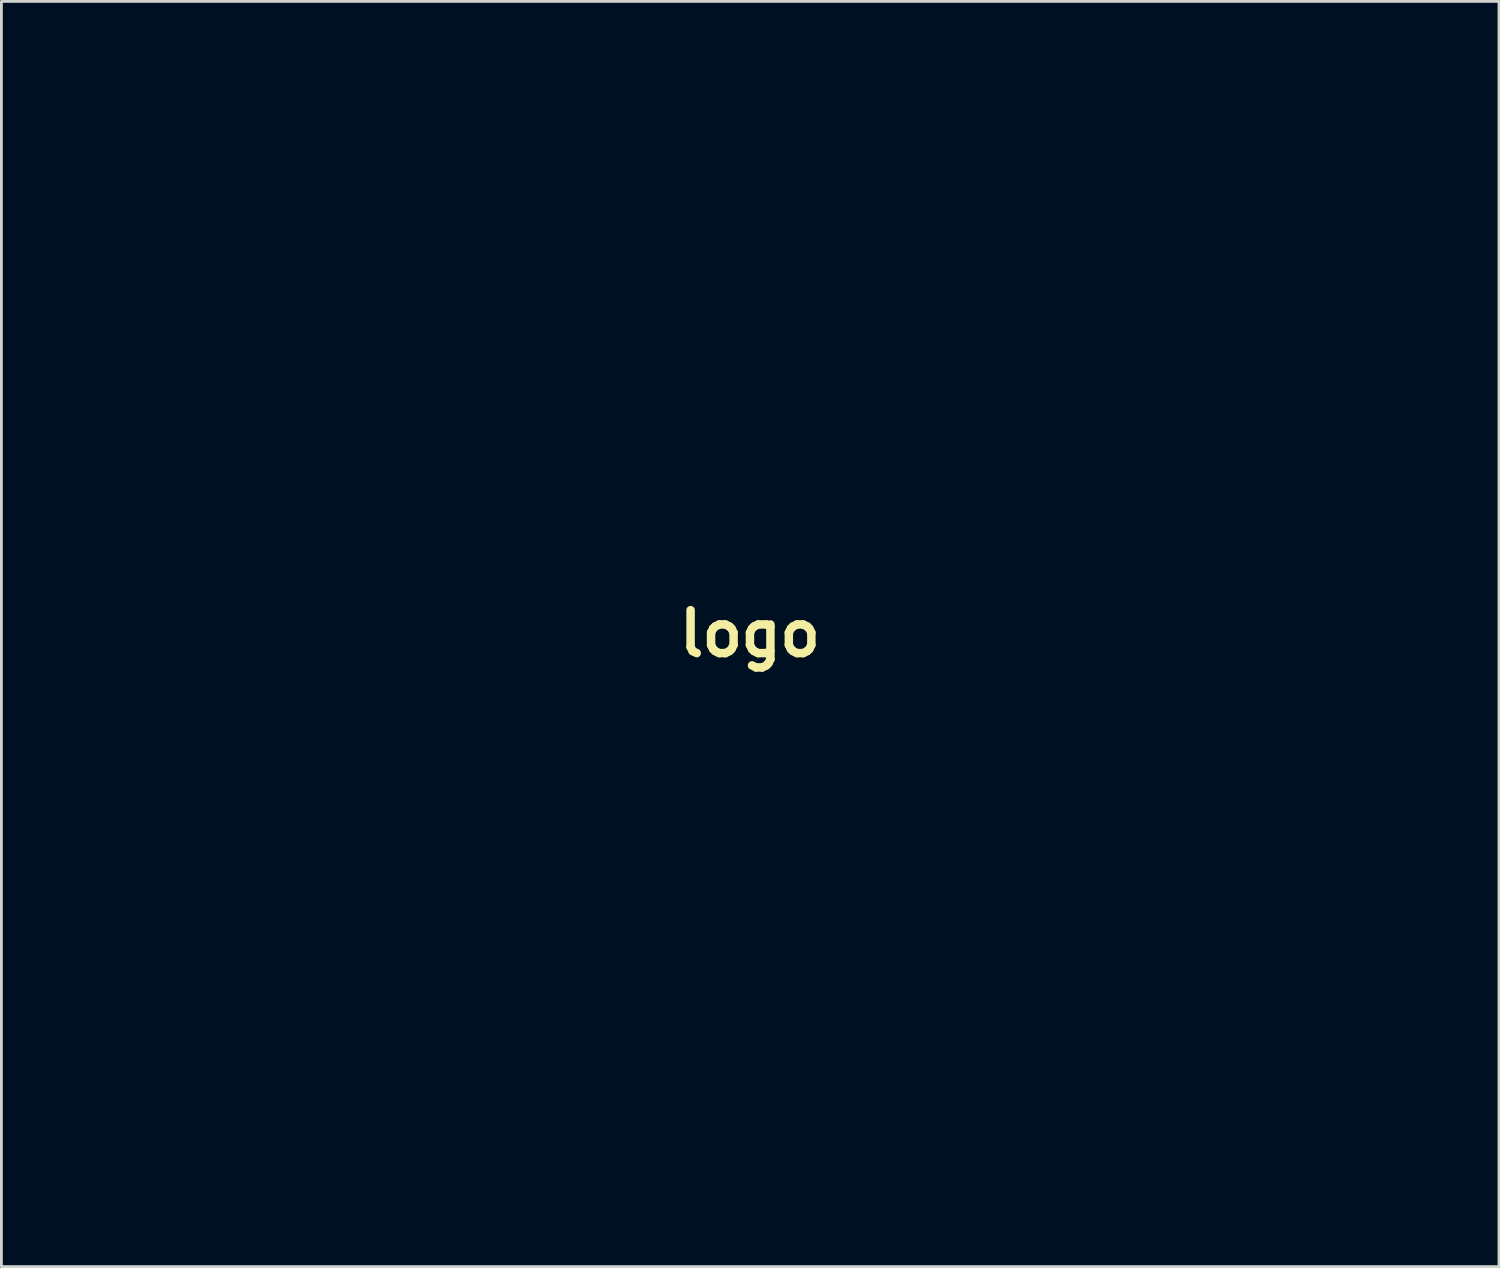
<source format=kicad_pcb>
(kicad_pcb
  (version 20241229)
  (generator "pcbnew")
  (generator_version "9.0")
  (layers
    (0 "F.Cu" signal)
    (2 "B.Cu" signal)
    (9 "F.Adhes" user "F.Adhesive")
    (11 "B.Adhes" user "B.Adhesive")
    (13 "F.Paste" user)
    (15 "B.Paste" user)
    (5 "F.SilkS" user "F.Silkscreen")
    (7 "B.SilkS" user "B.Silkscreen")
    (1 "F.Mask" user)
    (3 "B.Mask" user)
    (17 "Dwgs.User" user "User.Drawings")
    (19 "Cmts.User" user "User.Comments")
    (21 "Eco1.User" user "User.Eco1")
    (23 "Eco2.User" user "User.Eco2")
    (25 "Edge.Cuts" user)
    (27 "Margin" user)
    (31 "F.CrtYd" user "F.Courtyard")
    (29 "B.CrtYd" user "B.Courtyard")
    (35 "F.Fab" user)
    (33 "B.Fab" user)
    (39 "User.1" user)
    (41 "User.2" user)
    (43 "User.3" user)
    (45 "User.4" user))
  (footprint "logo"
    (layer "F.Cu")
    (at 23.542 19.419)
    (property "Reference" "logo" (at 0 0 0) (layer "F.SilkS") (effects (font (size 1.524 1.524) (thickness 0.3))))
    (attr through_hole)
    (fp_poly (pts (xy -22.454 14.326) (xy -18.694 14.326) (xy -18.694 11.295) (xy -17.628 11.295) (xy -17.628 19.169) (xy -18.694 19.169) (xy -18.694 15.392) (xy -22.454 15.392) (xy -22.454 19.169) (xy -23.537 19.169) (xy -23.537 11.295) (xy -22.454 11.295) (xy -22.454 14.326)) (stroke (width 0.01) (type solid)) (fill no) (layer "Eco2.User"))
    (fp_poly (pts (xy 18.728 14.326) (xy 22.487 14.326) (xy 22.487 11.295) (xy 23.554 11.295) (xy 23.554 19.169) (xy 22.487 19.169) (xy 22.487 15.392) (xy 18.728 15.392) (xy 18.728 19.169) (xy 17.645 19.169) (xy 17.645 11.295) (xy 18.728 11.295) (xy 18.728 14.326)) (stroke (width 0.01) (type solid)) (fill no) (layer "Eco2.User"))
    (fp_poly (pts (xy 4.906 11.299) (xy 5.138 11.3) (xy 5.338 11.302) (xy 5.511 11.303) (xy 5.659 11.305) (xy 5.785 11.308) (xy 5.893 11.311) (xy 5.986 11.316) (xy 6.066 11.322) (xy 6.137 11.329) (xy 6.202 11.338) (xy 6.264 11.349) (xy 6.325 11.361) (xy 6.39 11.377) (xy 6.461 11.394) (xy 6.505 11.405) (xy 6.783 11.49) (xy 7.046 11.599) (xy 7.293 11.731) (xy 7.519 11.884) (xy 7.724 12.055) (xy 7.905 12.243) (xy 8.058 12.446) (xy 8.183 12.662) (xy 8.189 12.675) (xy 8.277 12.897) (xy 8.338 13.133) (xy 8.371 13.379) (xy 8.376 13.63) (xy 8.353 13.88) (xy 8.302 14.123) (xy 8.261 14.255) (xy 8.159 14.493) (xy 8.028 14.719) (xy 7.87 14.928) (xy 7.689 15.117) (xy 7.488 15.281) (xy 7.454 15.305) (xy 7.259 15.424) (xy 7.038 15.535) (xy 6.798 15.636) (xy 6.544 15.721) (xy 6.394 15.764) (xy 6.331 15.781) (xy 6.282 15.795) (xy 6.256 15.804) (xy 6.253 15.805) (xy 6.262 15.82) (xy 6.288 15.861) (xy 6.331 15.926) (xy 6.39 16.014) (xy 6.463 16.123) (xy 6.55 16.252) (xy 6.648 16.398) (xy 6.758 16.56) (xy 6.877 16.737) (xy 7.005 16.926) (xy 7.14 17.125) (xy 7.282 17.334) (xy 7.382 17.48) (xy 7.527 17.694) (xy 7.667 17.9) (xy 7.801 18.097) (xy 7.927 18.282) (xy 8.043 18.454) (xy 8.15 18.612) (xy 8.246 18.753) (xy 8.329 18.876) (xy 8.398 18.979) (xy 8.453 19.06) (xy 8.492 19.118) (xy 8.513 19.151) (xy 8.517 19.159) (xy 8.501 19.161) (xy 8.455 19.163) (xy 8.382 19.165) (xy 8.287 19.166) (xy 8.173 19.167) (xy 8.043 19.168) (xy 7.904 19.168) (xy 7.29 19.167) (xy 6.2 17.551) (xy 5.11 15.934) (xy 4.877 15.934) (xy 4.877 19.169) (xy 3.793 19.169) (xy 3.793 14.986) (xy 4.877 14.986) (xy 5.101 14.986) (xy 5.209 14.984) (xy 5.329 14.98) (xy 5.443 14.974) (xy 5.52 14.968) (xy 5.819 14.932) (xy 6.088 14.879) (xy 6.328 14.81) (xy 6.54 14.723) (xy 6.724 14.62) (xy 6.88 14.5) (xy 7.008 14.361) (xy 7.11 14.205) (xy 7.185 14.031) (xy 7.209 13.953) (xy 7.225 13.868) (xy 7.235 13.76) (xy 7.239 13.638) (xy 7.238 13.514) (xy 7.23 13.398) (xy 7.217 13.299) (xy 7.208 13.259) (xy 7.144 13.077) (xy 7.052 12.909) (xy 6.938 12.76) (xy 6.803 12.635) (xy 6.784 12.621) (xy 6.67 12.544) (xy 6.547 12.477) (xy 6.414 12.421) (xy 6.267 12.374) (xy 6.102 12.335) (xy 5.917 12.304) (xy 5.708 12.28) (xy 5.472 12.262) (xy 5.206 12.249) (xy 5.202 12.249) (xy 4.877 12.238) (xy 4.877 14.986) (xy 3.793 14.986) (xy 3.793 11.293) (xy 4.906 11.299)) (stroke (width 0.01) (type solid)) (fill no) (layer "Eco2.User"))
    (fp_poly (pts (xy 14.263 11.046) (xy 14.437 11.057) (xy 14.512 11.065) (xy 14.949 11.131) (xy 15.385 11.229) (xy 15.822 11.36) (xy 16.135 11.474) (xy 16.341 11.553) (xy 16.341 12.161) (xy 16.34 12.346) (xy 16.339 12.498) (xy 16.336 12.616) (xy 16.333 12.701) (xy 16.329 12.751) (xy 16.323 12.768) (xy 16.3 12.761) (xy 16.257 12.742) (xy 16.208 12.719) (xy 15.984 12.614) (xy 15.735 12.513) (xy 15.47 12.42) (xy 15.2 12.337) (xy 14.933 12.267) (xy 14.679 12.214) (xy 14.641 12.207) (xy 14.52 12.19) (xy 14.374 12.177) (xy 14.214 12.167) (xy 14.048 12.161) (xy 13.886 12.16) (xy 13.736 12.163) (xy 13.609 12.171) (xy 13.582 12.173) (xy 13.248 12.225) (xy 12.931 12.305) (xy 12.629 12.415) (xy 12.342 12.555) (xy 12.067 12.727) (xy 11.803 12.929) (xy 11.671 13.046) (xy 11.454 13.27) (xy 11.264 13.513) (xy 11.103 13.772) (xy 10.97 14.046) (xy 10.866 14.333) (xy 10.792 14.631) (xy 10.749 14.938) (xy 10.736 15.252) (xy 10.755 15.572) (xy 10.807 15.895) (xy 10.811 15.916) (xy 10.885 16.183) (xy 10.989 16.448) (xy 11.122 16.705) (xy 11.28 16.951) (xy 11.46 17.18) (xy 11.659 17.387) (xy 11.734 17.455) (xy 11.995 17.661) (xy 12.268 17.837) (xy 12.553 17.984) (xy 12.854 18.101) (xy 13.17 18.191) (xy 13.505 18.253) (xy 13.846 18.288) (xy 14.171 18.295) (xy 14.494 18.273) (xy 14.818 18.223) (xy 15.145 18.144) (xy 15.478 18.034) (xy 15.819 17.894) (xy 16.098 17.761) (xy 16.178 17.72) (xy 16.247 17.686) (xy 16.299 17.661) (xy 16.329 17.647) (xy 16.334 17.645) (xy 16.336 17.661) (xy 16.337 17.707) (xy 16.338 17.78) (xy 16.339 17.875) (xy 16.34 17.989) (xy 16.341 18.118) (xy 16.341 18.254) (xy 16.341 18.863) (xy 16.3 18.89) (xy 16.246 18.92) (xy 16.167 18.958) (xy 16.069 19.003) (xy 15.957 19.05) (xy 15.839 19.097) (xy 15.72 19.142) (xy 15.608 19.182) (xy 15.57 19.195) (xy 15.224 19.294) (xy 14.86 19.368) (xy 14.487 19.416) (xy 14.11 19.439) (xy 13.738 19.434) (xy 13.559 19.422) (xy 13.181 19.372) (xy 12.81 19.29) (xy 12.45 19.179) (xy 12.102 19.038) (xy 11.77 18.868) (xy 11.456 18.671) (xy 11.348 18.594) (xy 11.046 18.351) (xy 10.769 18.09) (xy 10.519 17.813) (xy 10.296 17.52) (xy 10.103 17.215) (xy 9.939 16.897) (xy 9.805 16.57) (xy 9.704 16.233) (xy 9.669 16.078) (xy 9.616 15.753) (xy 9.589 15.415) (xy 9.586 15.073) (xy 9.608 14.737) (xy 9.652 14.425) (xy 9.733 14.079) (xy 9.843 13.748) (xy 9.983 13.43) (xy 10.154 13.124) (xy 10.356 12.829) (xy 10.59 12.544) (xy 10.823 12.301) (xy 11.053 12.087) (xy 11.279 11.901) (xy 11.51 11.737) (xy 11.751 11.591) (xy 11.98 11.471) (xy 12.203 11.369) (xy 12.418 11.284) (xy 12.636 11.214) (xy 12.867 11.154) (xy 13.12 11.103) (xy 13.155 11.097) (xy 13.305 11.075) (xy 13.48 11.059) (xy 13.672 11.048) (xy 13.872 11.042) (xy 14.072 11.041) (xy 14.263 11.046)) (stroke (width 0.01) (type solid)) (fill no) (layer "Eco2.User"))
    (fp_poly (pts (xy 2.157 -19.368) (xy 2.402 -19.284) (xy 2.629 -19.172) (xy 2.837 -19.035) (xy 3.023 -18.874) (xy 3.186 -18.691) (xy 3.325 -18.489) (xy 3.437 -18.269) (xy 3.52 -18.033) (xy 3.572 -17.797) (xy 3.575 -17.765) (xy 3.578 -17.714) (xy 3.581 -17.643) (xy 3.583 -17.55) (xy 3.585 -17.434) (xy 3.586 -17.293) (xy 3.587 -17.127) (xy 3.588 -16.934) (xy 3.588 -16.713) (xy 3.588 -16.462) (xy 3.588 -16.18) (xy 3.587 -15.866) (xy 3.587 -15.756) (xy 3.581 -13.843) (xy 3.534 -13.674) (xy 3.449 -13.429) (xy 3.336 -13.203) (xy 3.196 -12.996) (xy 3.071 -12.852) (xy 2.884 -12.679) (xy 2.684 -12.535) (xy 2.467 -12.419) (xy 2.23 -12.33) (xy 2.048 -12.282) (xy 2.026 -12.278) (xy 1.999 -12.274) (xy 1.966 -12.27) (xy 1.925 -12.267) (xy 1.873 -12.264) (xy 1.81 -12.262) (xy 1.733 -12.26) (xy 1.639 -12.258) (xy 1.528 -12.256) (xy 1.396 -12.255) (xy 1.242 -12.254) (xy 1.065 -12.253) (xy 0.861 -12.253) (xy 0.629 -12.252) (xy 0.368 -12.251) (xy 0.085 -12.251) (xy -0.163 -12.25) (xy -0.403 -12.25) (xy -0.631 -12.25) (xy -0.846 -12.25) (xy -1.046 -12.25) (xy -1.228 -12.251) (xy -1.39 -12.251) (xy -1.53 -12.251) (xy -1.645 -12.252) (xy -1.733 -12.253) (xy -1.792 -12.253) (xy -1.82 -12.254) (xy -1.82 -12.254) (xy -2.075 -12.295) (xy -2.316 -12.366) (xy -2.544 -12.466) (xy -2.754 -12.593) (xy -2.946 -12.745) (xy -3.118 -12.921) (xy -3.266 -13.118) (xy -3.39 -13.335) (xy -3.486 -13.571) (xy -3.519 -13.679) (xy -3.564 -13.843) (xy -3.564 -16.82) (xy -2.369 -16.82) (xy -2.369 -16.618) (xy -2.368 -16.389) (xy -2.368 -16.13) (xy -2.367 -15.84) (xy -2.367 -15.797) (xy -2.362 -13.978) (xy -2.308 -13.864) (xy -2.227 -13.732) (xy -2.122 -13.622) (xy -1.994 -13.537) (xy -1.871 -13.486) (xy -1.854 -13.482) (xy -1.823 -13.479) (xy -1.778 -13.476) (xy -1.717 -13.474) (xy -1.638 -13.472) (xy -1.54 -13.47) (xy -1.42 -13.469) (xy -1.278 -13.468) (xy -1.111 -13.467) (xy -0.918 -13.467) (xy -0.697 -13.466) (xy -0.447 -13.467) (xy -0.166 -13.467) (xy 0.034 -13.467) (xy 1.871 -13.47) (xy 1.985 -13.525) (xy 2.115 -13.604) (xy 2.225 -13.71) (xy 2.311 -13.836) (xy 2.325 -13.864) (xy 2.379 -13.978) (xy 2.384 -15.797) (xy 2.384 -16.092) (xy 2.385 -16.355) (xy 2.386 -16.589) (xy 2.386 -16.794) (xy 2.386 -16.973) (xy 2.385 -17.128) (xy 2.384 -17.262) (xy 2.382 -17.375) (xy 2.379 -17.471) (xy 2.376 -17.55) (xy 2.372 -17.615) (xy 2.366 -17.669) (xy 2.36 -17.712) (xy 2.352 -17.747) (xy 2.344 -17.776) (xy 2.334 -17.801) (xy 2.322 -17.824) (xy 2.309 -17.847) (xy 2.294 -17.872) (xy 2.292 -17.875) (xy 2.227 -17.963) (xy 2.137 -18.048) (xy 2.035 -18.122) (xy 1.968 -18.158) (xy 1.854 -18.212) (xy -1.837 -18.212) (xy -1.951 -18.158) (xy -2.057 -18.096) (xy -2.156 -18.017) (xy -2.237 -17.93) (xy -2.275 -17.875) (xy -2.29 -17.85) (xy -2.303 -17.827) (xy -2.315 -17.805) (xy -2.325 -17.78) (xy -2.334 -17.752) (xy -2.342 -17.717) (xy -2.349 -17.675) (xy -2.354 -17.623) (xy -2.358 -17.56) (xy -2.362 -17.482) (xy -2.365 -17.389) (xy -2.367 -17.279) (xy -2.368 -17.148) (xy -2.369 -16.996) (xy -2.369 -16.82) (xy -3.564 -16.82) (xy -3.564 -17.822) (xy -3.526 -17.964) (xy -3.443 -18.216) (xy -3.333 -18.448) (xy -3.197 -18.658) (xy -3.036 -18.846) (xy -2.851 -19.011) (xy -2.643 -19.151) (xy -2.515 -19.22) (xy -2.419 -19.264) (xy -2.315 -19.307) (xy -2.215 -19.344) (xy -2.142 -19.367) (xy -1.973 -19.414) (xy 1.99 -19.414) (xy 2.157 -19.368)) (stroke (width 0.01) (type solid)) (fill no) (layer "Eco2.User"))
    (fp_poly (pts (xy -11.689 11.046) (xy -11.533 11.052) (xy -11.389 11.06) (xy -11.267 11.071) (xy -11.192 11.081) (xy -10.824 11.155) (xy -10.476 11.253) (xy -10.146 11.378) (xy -9.832 11.53) (xy -9.53 11.71) (xy -9.238 11.92) (xy -8.954 12.162) (xy -8.729 12.38) (xy -8.518 12.609) (xy -8.335 12.834) (xy -8.175 13.063) (xy -8.032 13.302) (xy -7.958 13.444) (xy -7.817 13.765) (xy -7.706 14.095) (xy -7.627 14.436) (xy -7.579 14.788) (xy -7.562 15.154) (xy -7.57 15.443) (xy -7.607 15.826) (xy -7.675 16.194) (xy -7.773 16.547) (xy -7.901 16.885) (xy -8.06 17.211) (xy -8.251 17.523) (xy -8.472 17.822) (xy -8.567 17.936) (xy -8.834 18.22) (xy -9.118 18.475) (xy -9.42 18.701) (xy -9.739 18.898) (xy -10.073 19.066) (xy -10.421 19.203) (xy -10.784 19.309) (xy -11.16 19.385) (xy -11.464 19.422) (xy -11.584 19.43) (xy -11.728 19.435) (xy -11.884 19.437) (xy -12.044 19.435) (xy -12.196 19.431) (xy -12.33 19.424) (xy -12.378 19.421) (xy -12.725 19.374) (xy -13.072 19.297) (xy -13.414 19.19) (xy -13.744 19.057) (xy -13.929 18.967) (xy -14.142 18.85) (xy -14.338 18.728) (xy -14.524 18.595) (xy -14.708 18.446) (xy -14.895 18.276) (xy -15.029 18.145) (xy -15.288 17.866) (xy -15.515 17.576) (xy -15.71 17.276) (xy -15.875 16.964) (xy -16.01 16.636) (xy -16.117 16.293) (xy -16.195 15.933) (xy -16.215 15.807) (xy -16.24 15.585) (xy -16.252 15.344) (xy -16.252 15.223) (xy -15.112 15.223) (xy -15.112 15.357) (xy -15.111 15.463) (xy -15.108 15.548) (xy -15.104 15.619) (xy -15.097 15.682) (xy -15.087 15.744) (xy -15.074 15.811) (xy -15.074 15.813) (xy -14.995 16.124) (xy -14.888 16.417) (xy -14.752 16.693) (xy -14.587 16.951) (xy -14.534 17.023) (xy -14.463 17.109) (xy -14.373 17.209) (xy -14.272 17.314) (xy -14.167 17.418) (xy -14.065 17.512) (xy -13.975 17.589) (xy -13.97 17.593) (xy -13.704 17.784) (xy -13.419 17.946) (xy -13.119 18.08) (xy -12.804 18.184) (xy -12.478 18.257) (xy -12.344 18.278) (xy -12.223 18.29) (xy -12.08 18.298) (xy -11.925 18.302) (xy -11.768 18.302) (xy -11.617 18.298) (xy -11.482 18.29) (xy -11.381 18.278) (xy -11.078 18.22) (xy -10.796 18.138) (xy -10.53 18.03) (xy -10.399 17.965) (xy -10.134 17.806) (xy -9.884 17.621) (xy -9.652 17.414) (xy -9.44 17.188) (xy -9.251 16.946) (xy -9.088 16.69) (xy -8.953 16.425) (xy -8.857 16.174) (xy -8.779 15.884) (xy -8.731 15.584) (xy -8.711 15.279) (xy -8.721 14.973) (xy -8.759 14.671) (xy -8.826 14.376) (xy -8.92 14.094) (xy -9.004 13.903) (xy -9.148 13.646) (xy -9.321 13.4) (xy -9.52 13.167) (xy -9.742 12.953) (xy -9.982 12.759) (xy -10.238 12.589) (xy -10.505 12.447) (xy -10.563 12.42) (xy -10.847 12.313) (xy -11.148 12.231) (xy -11.461 12.175) (xy -11.78 12.146) (xy -12.099 12.145) (xy -12.414 12.171) (xy -12.649 12.21) (xy -12.892 12.273) (xy -13.142 12.361) (xy -13.387 12.47) (xy -13.62 12.595) (xy -13.801 12.713) (xy -13.891 12.783) (xy -13.997 12.873) (xy -14.11 12.978) (xy -14.226 13.091) (xy -14.338 13.207) (xy -14.44 13.318) (xy -14.527 13.421) (xy -14.584 13.496) (xy -14.751 13.763) (xy -14.889 14.047) (xy -14.998 14.347) (xy -15.066 14.612) (xy -15.081 14.684) (xy -15.092 14.747) (xy -15.1 14.807) (xy -15.106 14.872) (xy -15.109 14.947) (xy -15.111 15.04) (xy -15.112 15.157) (xy -15.112 15.223) (xy -16.252 15.223) (xy -16.252 15.092) (xy -16.24 14.842) (xy -16.216 14.603) (xy -16.186 14.412) (xy -16.105 14.072) (xy -15.997 13.747) (xy -15.86 13.436) (xy -15.694 13.137) (xy -15.496 12.849) (xy -15.267 12.568) (xy -15.063 12.351) (xy -14.773 12.082) (xy -14.471 11.844) (xy -14.156 11.637) (xy -13.828 11.461) (xy -13.486 11.316) (xy -13.129 11.201) (xy -12.756 11.115) (xy -12.418 11.064) (xy -12.304 11.054) (xy -12.167 11.048) (xy -12.014 11.044) (xy -11.852 11.044) (xy -11.689 11.046)) (stroke (width 0.01) (type solid)) (fill no) (layer "Eco2.User"))
    (fp_poly (pts (xy -1.86 11.045) (xy -1.703 11.052) (xy -1.568 11.063) (xy -1.543 11.066) (xy -1.165 11.129) (xy -0.802 11.222) (xy -0.454 11.345) (xy -0.118 11.499) (xy 0.204 11.685) (xy 0.514 11.901) (xy 0.813 12.15) (xy 0.983 12.31) (xy 1.174 12.509) (xy 1.342 12.704) (xy 1.495 12.906) (xy 1.58 13.03) (xy 1.663 13.164) (xy 1.749 13.316) (xy 1.831 13.476) (xy 1.907 13.635) (xy 1.969 13.782) (xy 1.998 13.86) (xy 2.096 14.191) (xy 2.165 14.534) (xy 2.204 14.887) (xy 2.215 15.245) (xy 2.196 15.605) (xy 2.149 15.962) (xy 2.072 16.313) (xy 1.967 16.654) (xy 1.92 16.781) (xy 1.779 17.092) (xy 1.606 17.397) (xy 1.403 17.692) (xy 1.172 17.975) (xy 0.914 18.243) (xy 0.888 18.269) (xy 0.6 18.519) (xy 0.297 18.74) (xy -0.021 18.931) (xy -0.355 19.092) (xy -0.706 19.223) (xy -1.074 19.325) (xy -1.458 19.398) (xy -1.46 19.398) (xy -1.522 19.405) (xy -1.611 19.412) (xy -1.719 19.418) (xy -1.84 19.424) (xy -1.968 19.428) (xy -2.096 19.432) (xy -2.219 19.434) (xy -2.329 19.435) (xy -2.421 19.434) (xy -2.487 19.431) (xy -2.506 19.43) (xy -2.549 19.425) (xy -2.615 19.417) (xy -2.692 19.408) (xy -2.726 19.405) (xy -3.084 19.347) (xy -3.437 19.258) (xy -3.782 19.136) (xy -4.118 18.984) (xy -4.441 18.803) (xy -4.749 18.593) (xy -4.86 18.508) (xy -4.982 18.405) (xy -5.114 18.285) (xy -5.249 18.154) (xy -5.378 18.021) (xy -5.494 17.893) (xy -5.575 17.797) (xy -5.797 17.493) (xy -5.988 17.178) (xy -6.147 16.851) (xy -6.276 16.511) (xy -6.374 16.156) (xy -6.443 15.786) (xy -6.445 15.765) (xy -6.462 15.61) (xy -6.472 15.431) (xy -6.476 15.239) (xy -6.474 15.105) (xy -5.345 15.105) (xy -5.343 15.428) (xy -5.309 15.741) (xy -5.243 16.045) (xy -5.145 16.337) (xy -5.016 16.616) (xy -4.855 16.883) (xy -4.665 17.135) (xy -4.561 17.253) (xy -4.322 17.486) (xy -4.064 17.691) (xy -3.787 17.868) (xy -3.494 18.017) (xy -3.184 18.136) (xy -2.86 18.226) (xy -2.522 18.285) (xy -2.506 18.287) (xy -2.45 18.291) (xy -2.368 18.295) (xy -2.267 18.297) (xy -2.153 18.298) (xy -2.035 18.298) (xy -2.007 18.297) (xy -1.869 18.295) (xy -1.758 18.291) (xy -1.667 18.286) (xy -1.588 18.278) (xy -1.516 18.268) (xy -1.449 18.255) (xy -1.147 18.18) (xy -0.862 18.078) (xy -0.593 17.949) (xy -0.336 17.79) (xy -0.088 17.601) (xy 0.152 17.381) (xy 0.204 17.328) (xy 0.42 17.084) (xy 0.603 16.833) (xy 0.755 16.572) (xy 0.875 16.3) (xy 0.966 16.016) (xy 1.027 15.716) (xy 1.059 15.401) (xy 1.061 15.359) (xy 1.06 15.036) (xy 1.026 14.721) (xy 0.961 14.416) (xy 0.864 14.121) (xy 0.738 13.839) (xy 0.581 13.572) (xy 0.529 13.496) (xy 0.447 13.39) (xy 0.347 13.272) (xy 0.235 13.15) (xy 0.119 13.033) (xy 0.008 12.929) (xy -0.067 12.865) (xy -0.336 12.669) (xy -0.619 12.504) (xy -0.917 12.369) (xy -1.228 12.266) (xy -1.552 12.193) (xy -1.889 12.152) (xy -2.172 12.141) (xy -2.51 12.156) (xy -2.834 12.202) (xy -3.145 12.279) (xy -3.442 12.387) (xy -3.726 12.526) (xy -3.997 12.697) (xy -4.256 12.899) (xy -4.396 13.026) (xy -4.624 13.265) (xy -4.82 13.518) (xy -4.986 13.783) (xy -5.12 14.062) (xy -5.223 14.354) (xy -5.296 14.66) (xy -5.337 14.98) (xy -5.345 15.105) (xy -6.474 15.105) (xy -6.474 15.044) (xy -6.466 14.855) (xy -6.452 14.682) (xy -6.437 14.57) (xy -6.367 14.215) (xy -6.267 13.875) (xy -6.136 13.549) (xy -5.975 13.235) (xy -5.782 12.933) (xy -5.558 12.643) (xy -5.302 12.363) (xy -5.283 12.344) (xy -4.991 12.075) (xy -4.686 11.837) (xy -4.368 11.629) (xy -4.036 11.453) (xy -3.69 11.308) (xy -3.331 11.193) (xy -2.956 11.109) (xy -2.665 11.066) (xy -2.531 11.054) (xy -2.375 11.046) (xy -2.205 11.042) (xy -2.03 11.041) (xy -1.86 11.045)) (stroke (width 0.01) (type solid)) (fill no) (layer "Eco2.User"))
    (fp_poly (pts (xy 0.303 0.119) (xy 0.563 0.119) (xy 0.795 0.119) (xy 0.998 0.119) (xy 1.176 0.12) (xy 1.33 0.12) (xy 1.462 0.121) (xy 1.574 0.122) (xy 1.669 0.124) (xy 1.749 0.126) (xy 1.815 0.128) (xy 1.869 0.13) (xy 1.914 0.133) (xy 1.951 0.137) (xy 1.983 0.141) (xy 2.012 0.145) (xy 2.039 0.15) (xy 2.044 0.151) (xy 2.294 0.216) (xy 2.527 0.311) (xy 2.743 0.434) (xy 2.942 0.587) (xy 3.088 0.73) (xy 3.243 0.922) (xy 3.372 1.135) (xy 3.478 1.37) (xy 3.543 1.569) (xy 3.581 1.702) (xy 3.586 3.615) (xy 3.587 3.951) (xy 3.588 4.254) (xy 3.588 4.524) (xy 3.587 4.764) (xy 3.587 4.973) (xy 3.586 5.154) (xy 3.584 5.306) (xy 3.582 5.43) (xy 3.58 5.528) (xy 3.577 5.601) (xy 3.574 5.649) (xy 3.573 5.664) (xy 3.549 5.786) (xy 3.511 5.923) (xy 3.463 6.064) (xy 3.41 6.196) (xy 3.367 6.282) (xy 3.234 6.495) (xy 3.074 6.687) (xy 2.891 6.857) (xy 2.686 7.002) (xy 2.462 7.122) (xy 2.22 7.214) (xy 2.183 7.226) (xy 2.024 7.272) (xy 0.059 7.275) (xy -0.197 7.275) (xy -0.446 7.275) (xy -0.683 7.275) (xy -0.908 7.275) (xy -1.117 7.274) (xy -1.309 7.273) (xy -1.482 7.272) (xy -1.633 7.271) (xy -1.76 7.27) (xy -1.86 7.268) (xy -1.933 7.267) (xy -1.974 7.265) (xy -1.983 7.264) (xy -2.223 7.207) (xy -2.451 7.119) (xy -2.665 7.005) (xy -2.862 6.865) (xy -3.039 6.703) (xy -3.195 6.521) (xy -3.328 6.321) (xy -3.434 6.106) (xy -3.512 5.877) (xy -3.555 5.664) (xy -3.559 5.629) (xy -3.562 5.572) (xy -3.564 5.491) (xy -3.566 5.387) (xy -3.568 5.257) (xy -3.569 5.1) (xy -3.57 4.917) (xy -3.571 4.704) (xy -3.571 4.632) (xy -2.369 4.632) (xy -2.369 4.803) (xy -2.368 4.951) (xy -2.368 5.077) (xy -2.367 5.184) (xy -2.366 5.272) (xy -2.364 5.345) (xy -2.362 5.404) (xy -2.36 5.451) (xy -2.357 5.488) (xy -2.354 5.518) (xy -2.35 5.542) (xy -2.345 5.562) (xy -2.34 5.581) (xy -2.338 5.589) (xy -2.28 5.724) (xy -2.194 5.844) (xy -2.085 5.945) (xy -1.957 6.021) (xy -1.893 6.047) (xy -1.877 6.052) (xy -1.859 6.056) (xy -1.837 6.06) (xy -1.808 6.064) (xy -1.77 6.066) (xy -1.722 6.069) (xy -1.662 6.071) (xy -1.587 6.073) (xy -1.496 6.074) (xy -1.387 6.076) (xy -1.257 6.076) (xy -1.105 6.077) (xy -0.929 6.078) (xy -0.726 6.078) (xy -0.495 6.078) (xy -0.234 6.078) (xy 0.001 6.079) (xy 0.292 6.079) (xy 0.552 6.078) (xy 0.781 6.078) (xy 0.982 6.078) (xy 1.157 6.077) (xy 1.308 6.076) (xy 1.436 6.075) (xy 1.544 6.074) (xy 1.634 6.072) (xy 1.707 6.07) (xy 1.765 6.068) (xy 1.81 6.065) (xy 1.845 6.062) (xy 1.87 6.058) (xy 1.889 6.054) (xy 1.892 6.054) (xy 2.02 5.998) (xy 2.137 5.916) (xy 2.237 5.81) (xy 2.315 5.689) (xy 2.355 5.589) (xy 2.36 5.57) (xy 2.365 5.551) (xy 2.369 5.529) (xy 2.372 5.502) (xy 2.376 5.468) (xy 2.378 5.426) (xy 2.38 5.372) (xy 2.382 5.306) (xy 2.383 5.224) (xy 2.384 5.126) (xy 2.385 5.009) (xy 2.386 4.871) (xy 2.386 4.709) (xy 2.386 4.523) (xy 2.385 4.31) (xy 2.385 4.068) (xy 2.384 3.795) (xy 2.384 3.666) (xy 2.379 1.854) (xy 2.338 1.753) (xy 2.289 1.662) (xy 2.216 1.569) (xy 2.129 1.483) (xy 2.036 1.412) (xy 1.956 1.37) (xy 1.854 1.329) (xy -1.837 1.329) (xy -1.939 1.37) (xy -2.03 1.419) (xy -2.123 1.492) (xy -2.209 1.58) (xy -2.279 1.673) (xy -2.321 1.753) (xy -2.362 1.854) (xy -2.367 3.666) (xy -2.367 3.953) (xy -2.368 4.208) (xy -2.368 4.434) (xy -2.369 4.632) (xy -3.571 4.632) (xy -3.571 4.462) (xy -3.571 4.189) (xy -3.57 3.884) (xy -3.569 3.615) (xy -3.564 1.702) (xy -3.526 1.569) (xy -3.449 1.337) (xy -3.354 1.13) (xy -3.238 0.941) (xy -3.098 0.765) (xy -3.031 0.694) (xy -2.842 0.522) (xy -2.64 0.381) (xy -2.423 0.27) (xy -2.189 0.188) (xy -2 0.145) (xy -1.974 0.141) (xy -1.943 0.137) (xy -1.903 0.134) (xy -1.854 0.131) (xy -1.792 0.128) (xy -1.718 0.126) (xy -1.628 0.124) (xy -1.52 0.123) (xy -1.393 0.121) (xy -1.244 0.121) (xy -1.072 0.12) (xy -0.875 0.119) (xy -0.651 0.119) (xy -0.397 0.119) (xy -0.112 0.119) (xy 0.01 0.119) (xy 0.303 0.119)) (stroke (width 0.01) (type solid)) (fill no) (layer "Eco2.User"))
    (fp_poly (pts (xy -7.486 -5.35) (xy -7.248 -5.29) (xy -7.017 -5.199) (xy -6.827 -5.096) (xy -6.725 -5.025) (xy -6.613 -4.934) (xy -6.502 -4.831) (xy -6.399 -4.725) (xy -6.314 -4.625) (xy -6.302 -4.609) (xy -6.284 -4.581) (xy -6.25 -4.526) (xy -6.203 -4.447) (xy -6.143 -4.346) (xy -6.071 -4.225) (xy -5.99 -4.087) (xy -5.9 -3.934) (xy -5.803 -3.768) (xy -5.701 -3.593) (xy -5.594 -3.41) (xy -5.485 -3.222) (xy -5.374 -3.031) (xy -5.264 -2.84) (xy -5.155 -2.651) (xy -5.048 -2.467) (xy -4.946 -2.29) (xy -4.849 -2.122) (xy -4.76 -1.966) (xy -4.679 -1.825) (xy -4.608 -1.7) (xy -4.548 -1.594) (xy -4.501 -1.51) (xy -4.468 -1.45) (xy -4.454 -1.423) (xy -4.356 -1.193) (xy -4.291 -0.954) (xy -4.256 -0.709) (xy -4.254 -0.462) (xy -4.284 -0.216) (xy -4.339 0) (xy -4.429 0.232) (xy -4.547 0.45) (xy -4.691 0.649) (xy -4.857 0.826) (xy -5.043 0.978) (xy -5.064 0.992) (xy -5.106 1.019) (xy -5.173 1.061) (xy -5.265 1.116) (xy -5.377 1.183) (xy -5.509 1.26) (xy -5.656 1.346) (xy -5.818 1.44) (xy -5.991 1.541) (xy -6.173 1.646) (xy -6.361 1.755) (xy -6.554 1.866) (xy -6.749 1.978) (xy -6.943 2.089) (xy -7.134 2.199) (xy -7.32 2.305) (xy -7.498 2.406) (xy -7.665 2.501) (xy -7.82 2.588) (xy -7.959 2.666) (xy -8.081 2.734) (xy -8.183 2.791) (xy -8.263 2.834) (xy -8.317 2.863) (xy -8.342 2.874) (xy -8.468 2.922) (xy -8.579 2.957) (xy -8.688 2.981) (xy -8.803 2.996) (xy -8.936 3.005) (xy -9.017 3.007) (xy -9.132 3.009) (xy -9.222 3.008) (xy -9.296 3.004) (xy -9.363 2.996) (xy -9.431 2.983) (xy -9.44 2.981) (xy -9.681 2.913) (xy -9.909 2.816) (xy -10.122 2.694) (xy -10.316 2.548) (xy -10.487 2.381) (xy -10.603 2.235) (xy -10.622 2.207) (xy -10.656 2.151) (xy -10.703 2.071) (xy -10.764 1.969) (xy -10.836 1.848) (xy -10.917 1.709) (xy -11.007 1.555) (xy -11.104 1.389) (xy -11.206 1.213) (xy -11.313 1.03) (xy -11.423 0.842) (xy -11.533 0.651) (xy -11.644 0.46) (xy -11.753 0.271) (xy -11.859 0.087) (xy -11.962 -0.09) (xy -12.058 -0.258) (xy -12.147 -0.413) (xy -12.228 -0.554) (xy -12.298 -0.679) (xy -12.358 -0.783) (xy -12.405 -0.866) (xy -12.437 -0.925) (xy -12.449 -0.948) (xy -12.544 -1.168) (xy -12.608 -1.398) (xy -12.642 -1.635) (xy -12.645 -1.823) (xy -11.442 -1.823) (xy -11.436 -1.686) (xy -11.403 -1.557) (xy -11.387 -1.526) (xy -11.357 -1.468) (xy -11.312 -1.387) (xy -11.255 -1.284) (xy -11.186 -1.162) (xy -11.107 -1.023) (xy -11.02 -0.871) (xy -10.925 -0.706) (xy -10.825 -0.531) (xy -10.72 -0.35) (xy -10.613 -0.164) (xy -10.503 0.024) (xy -10.394 0.213) (xy -10.286 0.399) (xy -10.18 0.58) (xy -10.078 0.753) (xy -9.982 0.918) (xy -9.892 1.07) (xy -9.811 1.207) (xy -9.738 1.328) (xy -9.677 1.429) (xy -9.628 1.509) (xy -9.593 1.565) (xy -9.573 1.594) (xy -9.571 1.597) (xy -9.456 1.693) (xy -9.325 1.761) (xy -9.184 1.8) (xy -9.038 1.81) (xy -8.892 1.789) (xy -8.839 1.772) (xy -8.806 1.757) (xy -8.746 1.726) (xy -8.662 1.681) (xy -8.556 1.623) (xy -8.431 1.553) (xy -8.289 1.474) (xy -8.133 1.385) (xy -7.965 1.29) (xy -7.788 1.189) (xy -7.604 1.083) (xy -7.416 0.975) (xy -7.225 0.865) (xy -7.035 0.754) (xy -6.848 0.646) (xy -6.667 0.539) (xy -6.493 0.437) (xy -6.329 0.341) (xy -6.178 0.252) (xy -6.043 0.171) (xy -5.925 0.1) (xy -5.827 0.04) (xy -5.752 -0.007) (xy -5.701 -0.04) (xy -5.681 -0.056) (xy -5.588 -0.159) (xy -5.519 -0.281) (xy -5.475 -0.415) (xy -5.456 -0.554) (xy -5.464 -0.692) (xy -5.5 -0.822) (xy -5.52 -0.864) (xy -5.531 -0.885) (xy -5.558 -0.932) (xy -5.6 -1.005) (xy -5.655 -1.101) (xy -5.722 -1.218) (xy -5.8 -1.355) (xy -5.888 -1.509) (xy -5.986 -1.678) (xy -6.09 -1.86) (xy -6.201 -2.053) (xy -6.318 -2.256) (xy -6.398 -2.396) (xy -6.544 -2.648) (xy -6.673 -2.873) (xy -6.788 -3.071) (xy -6.889 -3.246) (xy -6.978 -3.398) (xy -7.056 -3.529) (xy -7.123 -3.641) (xy -7.182 -3.735) (xy -7.232 -3.814) (xy -7.276 -3.879) (xy -7.314 -3.932) (xy -7.348 -3.974) (xy -7.378 -4.008) (xy -7.406 -4.034) (xy -7.433 -4.055) (xy -7.46 -4.072) (xy -7.487 -4.088) (xy -7.517 -4.103) (xy -7.519 -4.104) (xy -7.656 -4.154) (xy -7.799 -4.176) (xy -7.941 -4.171) (xy -8.074 -4.138) (xy -8.133 -4.112) (xy -8.147 -4.105) (xy -8.165 -4.095) (xy -8.191 -4.081) (xy -8.224 -4.062) (xy -8.267 -4.038) (xy -8.322 -4.007) (xy -8.389 -3.969) (xy -8.47 -3.922) (xy -8.567 -3.866) (xy -8.681 -3.801) (xy -8.813 -3.724) (xy -8.966 -3.636) (xy -9.141 -3.535) (xy -9.339 -3.421) (xy -9.561 -3.292) (xy -9.81 -3.149) (xy -10.087 -2.989) (xy -10.101 -2.981) (xy -10.24 -2.901) (xy -10.38 -2.82) (xy -10.515 -2.742) (xy -10.641 -2.669) (xy -10.754 -2.604) (xy -10.846 -2.551) (xy -10.911 -2.514) (xy -10.998 -2.463) (xy -11.08 -2.412) (xy -11.15 -2.366) (xy -11.201 -2.33) (xy -11.216 -2.318) (xy -11.307 -2.217) (xy -11.376 -2.096) (xy -11.421 -1.963) (xy -11.442 -1.823) (xy -12.645 -1.823) (xy -12.646 -1.874) (xy -12.621 -2.114) (xy -12.566 -2.348) (xy -12.482 -2.575) (xy -12.37 -2.79) (xy -12.277 -2.929) (xy -12.204 -3.019) (xy -12.114 -3.115) (xy -12.016 -3.211) (xy -11.919 -3.296) (xy -11.832 -3.362) (xy -11.828 -3.364) (xy -11.793 -3.386) (xy -11.733 -3.423) (xy -11.649 -3.473) (xy -11.546 -3.534) (xy -11.427 -3.604) (xy -11.294 -3.682) (xy -11.151 -3.765) (xy -11.002 -3.851) (xy -10.964 -3.873) (xy -10.784 -3.977) (xy -10.585 -4.092) (xy -10.375 -4.213) (xy -10.162 -4.337) (xy -9.952 -4.458) (xy -9.753 -4.573) (xy -9.572 -4.678) (xy -9.497 -4.721) (xy -9.351 -4.805) (xy -9.211 -4.886) (xy -9.079 -4.961) (xy -8.96 -5.029) (xy -8.856 -5.088) (xy -8.771 -5.135) (xy -8.709 -5.169) (xy -8.675 -5.187) (xy -8.449 -5.282) (xy -8.213 -5.346) (xy -7.972 -5.378) (xy -7.729 -5.379) (xy -7.486 -5.35)) (stroke (width 0.01) (type solid)) (fill no) (layer "Eco2.User"))
    (fp_poly (pts (xy 8.203 -5.351) (xy 8.438 -5.291) (xy 8.665 -5.2) (xy 8.712 -5.176) (xy 8.784 -5.137) (xy 8.877 -5.086) (xy 8.985 -5.025) (xy 9.105 -4.957) (xy 9.232 -4.884) (xy 9.342 -4.821) (xy 9.458 -4.754) (xy 9.598 -4.673) (xy 9.758 -4.58) (xy 9.934 -4.479) (xy 10.12 -4.372) (xy 10.312 -4.261) (xy 10.505 -4.149) (xy 10.695 -4.04) (xy 10.829 -3.963) (xy 10.997 -3.866) (xy 11.159 -3.771) (xy 11.311 -3.682) (xy 11.453 -3.599) (xy 11.579 -3.524) (xy 11.689 -3.458) (xy 11.778 -3.404) (xy 11.844 -3.364) (xy 11.884 -3.337) (xy 11.889 -3.334) (xy 12.032 -3.214) (xy 12.172 -3.071) (xy 12.302 -2.913) (xy 12.412 -2.749) (xy 12.47 -2.646) (xy 12.561 -2.427) (xy 12.624 -2.196) (xy 12.657 -1.957) (xy 12.662 -1.716) (xy 12.637 -1.477) (xy 12.584 -1.244) (xy 12.501 -1.023) (xy 12.473 -0.965) (xy 12.451 -0.924) (xy 12.414 -0.856) (xy 12.363 -0.765) (xy 12.3 -0.653) (xy 12.226 -0.523) (xy 12.142 -0.376) (xy 12.05 -0.216) (xy 11.951 -0.044) (xy 11.847 0.137) (xy 11.74 0.323) (xy 11.629 0.514) (xy 11.518 0.706) (xy 11.407 0.898) (xy 11.298 1.085) (xy 11.192 1.267) (xy 11.091 1.441) (xy 10.996 1.604) (xy 10.908 1.754) (xy 10.83 1.888) (xy 10.761 2.004) (xy 10.704 2.099) (xy 10.661 2.171) (xy 10.632 2.218) (xy 10.621 2.234) (xy 10.477 2.408) (xy 10.306 2.568) (xy 10.115 2.708) (xy 9.907 2.826) (xy 9.689 2.917) (xy 9.559 2.957) (xy 9.439 2.981) (xy 9.297 2.999) (xy 9.145 3.009) (xy 8.994 3.01) (xy 8.853 3.004) (xy 8.737 2.989) (xy 8.607 2.958) (xy 8.467 2.915) (xy 8.331 2.863) (xy 8.212 2.808) (xy 8.196 2.799) (xy 8.16 2.779) (xy 8.098 2.744) (xy 8.013 2.696) (xy 7.908 2.636) (xy 7.788 2.567) (xy 7.653 2.489) (xy 7.509 2.407) (xy 7.358 2.32) (xy 7.307 2.29) (xy 7.004 2.115) (xy 6.728 1.956) (xy 6.479 1.812) (xy 6.255 1.683) (xy 6.055 1.567) (xy 5.877 1.463) (xy 5.719 1.371) (xy 5.58 1.291) (xy 5.46 1.22) (xy 5.355 1.158) (xy 5.266 1.104) (xy 5.189 1.057) (xy 5.125 1.017) (xy 5.071 0.983) (xy 5.026 0.953) (xy 4.989 0.926) (xy 4.958 0.903) (xy 4.932 0.882) (xy 4.909 0.862) (xy 4.887 0.842) (xy 4.867 0.821) (xy 4.845 0.799) (xy 4.825 0.779) (xy 4.669 0.601) (xy 4.534 0.401) (xy 4.423 0.185) (xy 4.362 0.026) (xy 4.302 -0.204) (xy 4.273 -0.442) (xy 4.273 -0.6) (xy 5.472 -0.6) (xy 5.482 -0.46) (xy 5.518 -0.323) (xy 5.579 -0.196) (xy 5.665 -0.084) (xy 5.679 -0.07) (xy 5.711 -0.045) (xy 5.772 -0.004) (xy 5.86 0.052) (xy 5.975 0.123) (xy 6.116 0.207) (xy 6.281 0.304) (xy 6.47 0.414) (xy 6.604 0.492) (xy 6.787 0.598) (xy 6.984 0.712) (xy 7.189 0.83) (xy 7.394 0.949) (xy 7.595 1.065) (xy 7.785 1.175) (xy 7.959 1.275) (xy 8.109 1.362) (xy 8.12 1.368) (xy 8.259 1.449) (xy 8.393 1.525) (xy 8.518 1.594) (xy 8.63 1.656) (xy 8.725 1.708) (xy 8.8 1.747) (xy 8.853 1.773) (xy 8.873 1.781) (xy 8.939 1.799) (xy 9.01 1.806) (xy 9.1 1.806) (xy 9.115 1.806) (xy 9.196 1.8) (xy 9.258 1.79) (xy 9.314 1.772) (xy 9.38 1.742) (xy 9.386 1.739) (xy 9.457 1.699) (xy 9.526 1.651) (xy 9.578 1.606) (xy 9.579 1.605) (xy 9.6 1.578) (xy 9.635 1.526) (xy 9.685 1.448) (xy 9.749 1.343) (xy 9.828 1.211) (xy 9.922 1.053) (xy 10.032 0.866) (xy 10.157 0.652) (xy 10.298 0.409) (xy 10.456 0.137) (xy 10.52 0.025) (xy 10.641 -0.184) (xy 10.757 -0.386) (xy 10.868 -0.579) (xy 10.972 -0.761) (xy 11.068 -0.929) (xy 11.155 -1.082) (xy 11.231 -1.217) (xy 11.297 -1.333) (xy 11.349 -1.427) (xy 11.388 -1.497) (xy 11.412 -1.542) (xy 11.42 -1.557) (xy 11.454 -1.687) (xy 11.459 -1.825) (xy 11.438 -1.964) (xy 11.392 -2.097) (xy 11.323 -2.218) (xy 11.233 -2.318) (xy 11.205 -2.338) (xy 11.15 -2.373) (xy 11.073 -2.421) (xy 10.975 -2.481) (xy 10.86 -2.55) (xy 10.73 -2.627) (xy 10.59 -2.709) (xy 10.442 -2.795) (xy 10.395 -2.822) (xy 10.215 -2.926) (xy 10.017 -3.04) (xy 9.809 -3.16) (xy 9.597 -3.282) (xy 9.39 -3.402) (xy 9.193 -3.516) (xy 9.015 -3.619) (xy 8.932 -3.666) (xy 8.789 -3.749) (xy 8.653 -3.827) (xy 8.526 -3.9) (xy 8.413 -3.965) (xy 8.316 -4.02) (xy 8.239 -4.064) (xy 8.185 -4.094) (xy 8.158 -4.108) (xy 8.024 -4.158) (xy 7.882 -4.178) (xy 7.739 -4.168) (xy 7.6 -4.13) (xy 7.471 -4.064) (xy 7.358 -3.972) (xy 7.34 -3.952) (xy 7.317 -3.921) (xy 7.288 -3.878) (xy 7.251 -3.822) (xy 7.207 -3.75) (xy 7.153 -3.662) (xy 7.089 -3.556) (xy 7.014 -3.43) (xy 6.928 -3.282) (xy 6.829 -3.111) (xy 6.716 -2.916) (xy 6.588 -2.695) (xy 6.445 -2.447) (xy 6.415 -2.396) (xy 6.296 -2.188) (xy 6.181 -1.989) (xy 6.072 -1.799) (xy 5.97 -1.621) (xy 5.875 -1.457) (xy 5.79 -1.308) (xy 5.715 -1.178) (xy 5.652 -1.067) (xy 5.601 -0.978) (xy 5.564 -0.914) (xy 5.542 -0.875) (xy 5.537 -0.864) (xy 5.49 -0.737) (xy 5.472 -0.6) (xy 4.273 -0.6) (xy 4.273 -0.684) (xy 4.302 -0.923) (xy 4.361 -1.155) (xy 4.443 -1.363) (xy 4.464 -1.404) (xy 4.5 -1.471) (xy 4.551 -1.561) (xy 4.613 -1.673) (xy 4.687 -1.804) (xy 4.771 -1.951) (xy 4.862 -2.112) (xy 4.961 -2.284) (xy 5.065 -2.466) (xy 5.173 -2.654) (xy 5.284 -2.846) (xy 5.396 -3.04) (xy 5.508 -3.234) (xy 5.618 -3.424) (xy 5.726 -3.608) (xy 5.828 -3.785) (xy 5.925 -3.95) (xy 6.015 -4.103) (xy 6.096 -4.241) (xy 6.167 -4.36) (xy 6.226 -4.46) (xy 6.273 -4.536) (xy 6.305 -4.587) (xy 6.318 -4.607) (xy 6.397 -4.704) (xy 6.496 -4.809) (xy 6.605 -4.912) (xy 6.714 -5.004) (xy 6.802 -5.068) (xy 7.016 -5.191) (xy 7.243 -5.283) (xy 7.479 -5.346) (xy 7.719 -5.378) (xy 7.962 -5.38) (xy 8.203 -5.351)) (stroke (width 0.01) (type solid)) (fill no) (layer "Eco2.User"))
    (fp_poly (pts (xy 9.363 -15.132) (xy 9.6 -15.081) (xy 9.829 -15) (xy 10.047 -14.888) (xy 10.252 -14.748) (xy 10.441 -14.578) (xy 10.458 -14.561) (xy 10.519 -14.493) (xy 10.581 -14.42) (xy 10.633 -14.353) (xy 10.649 -14.33) (xy 10.667 -14.301) (xy 10.7 -14.245) (xy 10.748 -14.165) (xy 10.808 -14.062) (xy 10.88 -13.94) (xy 10.961 -13.801) (xy 11.05 -13.647) (xy 11.147 -13.482) (xy 11.249 -13.306) (xy 11.355 -13.123) (xy 11.463 -12.936) (xy 11.573 -12.746) (xy 11.683 -12.556) (xy 11.79 -12.369) (xy 11.895 -12.187) (xy 11.996 -12.013) (xy 12.09 -11.849) (xy 12.177 -11.697) (xy 12.256 -11.56) (xy 12.324 -11.44) (xy 12.381 -11.34) (xy 12.425 -11.263) (xy 12.454 -11.21) (xy 12.465 -11.189) (xy 12.56 -10.965) (xy 12.624 -10.73) (xy 12.659 -10.487) (xy 12.663 -10.242) (xy 12.636 -10) (xy 12.578 -9.765) (xy 12.571 -9.744) (xy 12.477 -9.51) (xy 12.356 -9.295) (xy 12.207 -9.099) (xy 12.031 -8.921) (xy 11.826 -8.76) (xy 11.667 -8.658) (xy 11.551 -8.59) (xy 11.417 -8.511) (xy 11.268 -8.424) (xy 11.104 -8.329) (xy 10.93 -8.228) (xy 10.746 -8.122) (xy 10.557 -8.013) (xy 10.363 -7.902) (xy 10.168 -7.79) (xy 9.974 -7.679) (xy 9.784 -7.571) (xy 9.599 -7.465) (xy 9.422 -7.365) (xy 9.256 -7.271) (xy 9.103 -7.184) (xy 8.965 -7.107) (xy 8.845 -7.04) (xy 8.746 -6.985) (xy 8.669 -6.943) (xy 8.617 -6.915) (xy 8.596 -6.905) (xy 8.471 -6.854) (xy 8.356 -6.817) (xy 8.241 -6.791) (xy 8.117 -6.775) (xy 7.974 -6.766) (xy 7.899 -6.764) (xy 7.738 -6.763) (xy 7.609 -6.768) (xy 7.511 -6.78) (xy 7.507 -6.781) (xy 7.306 -6.832) (xy 7.101 -6.908) (xy 6.906 -7.004) (xy 6.742 -7.107) (xy 6.629 -7.197) (xy 6.512 -7.306) (xy 6.402 -7.424) (xy 6.309 -7.541) (xy 6.289 -7.569) (xy 6.265 -7.608) (xy 6.225 -7.673) (xy 6.172 -7.761) (xy 6.107 -7.871) (xy 6.031 -8) (xy 5.946 -8.145) (xy 5.854 -8.305) (xy 5.754 -8.476) (xy 5.65 -8.656) (xy 5.541 -8.844) (xy 5.431 -9.035) (xy 5.319 -9.229) (xy 5.208 -9.422) (xy 5.099 -9.612) (xy 4.993 -9.798) (xy 4.892 -9.975) (xy 4.797 -10.142) (xy 4.709 -10.297) (xy 4.63 -10.437) (xy 4.561 -10.559) (xy 4.504 -10.662) (xy 4.46 -10.742) (xy 4.43 -10.798) (xy 4.416 -10.825) (xy 4.336 -11.055) (xy 4.288 -11.293) (xy 4.269 -11.535) (xy 4.274 -11.622) (xy 5.476 -11.622) (xy 5.478 -11.482) (xy 5.493 -11.398) (xy 5.501 -11.374) (xy 5.515 -11.34) (xy 5.537 -11.294) (xy 5.567 -11.235) (xy 5.607 -11.161) (xy 5.656 -11.071) (xy 5.716 -10.963) (xy 5.787 -10.835) (xy 5.872 -10.687) (xy 5.969 -10.515) (xy 6.081 -10.32) (xy 6.208 -10.099) (xy 6.351 -9.851) (xy 6.397 -9.772) (xy 6.518 -9.562) (xy 6.636 -9.36) (xy 6.748 -9.167) (xy 6.854 -8.985) (xy 6.953 -8.817) (xy 7.043 -8.664) (xy 7.123 -8.529) (xy 7.192 -8.413) (xy 7.249 -8.319) (xy 7.292 -8.249) (xy 7.32 -8.205) (xy 7.331 -8.19) (xy 7.443 -8.09) (xy 7.571 -8.018) (xy 7.711 -7.973) (xy 7.857 -7.959) (xy 8.005 -7.976) (xy 8.056 -7.99) (xy 8.088 -8.004) (xy 8.147 -8.034) (xy 8.23 -8.078) (xy 8.335 -8.135) (xy 8.459 -8.204) (xy 8.6 -8.282) (xy 8.755 -8.37) (xy 8.923 -8.465) (xy 9.1 -8.566) (xy 9.284 -8.671) (xy 9.473 -8.779) (xy 9.664 -8.89) (xy 9.855 -9) (xy 10.043 -9.109) (xy 10.226 -9.216) (xy 10.401 -9.318) (xy 10.566 -9.415) (xy 10.719 -9.506) (xy 10.857 -9.588) (xy 10.977 -9.66) (xy 11.077 -9.722) (xy 11.156 -9.771) (xy 11.209 -9.806) (xy 11.234 -9.824) (xy 11.328 -9.93) (xy 11.398 -10.053) (xy 11.443 -10.187) (xy 11.462 -10.327) (xy 11.453 -10.465) (xy 11.415 -10.596) (xy 11.397 -10.635) (xy 11.385 -10.655) (xy 11.358 -10.703) (xy 11.317 -10.775) (xy 11.262 -10.872) (xy 11.194 -10.989) (xy 11.116 -11.126) (xy 11.028 -11.279) (xy 10.931 -11.448) (xy 10.826 -11.631) (xy 10.715 -11.824) (xy 10.598 -12.026) (xy 10.518 -12.166) (xy 10.373 -12.418) (xy 10.243 -12.643) (xy 10.128 -12.842) (xy 10.027 -13.016) (xy 9.938 -13.168) (xy 9.861 -13.299) (xy 9.793 -13.411) (xy 9.735 -13.506) (xy 9.684 -13.585) (xy 9.64 -13.65) (xy 9.602 -13.703) (xy 9.568 -13.745) (xy 9.538 -13.779) (xy 9.509 -13.805) (xy 9.482 -13.826) (xy 9.455 -13.844) (xy 9.427 -13.859) (xy 9.397 -13.874) (xy 9.394 -13.876) (xy 9.249 -13.928) (xy 9.101 -13.948) (xy 8.951 -13.934) (xy 8.802 -13.887) (xy 8.75 -13.863) (xy 8.711 -13.842) (xy 8.647 -13.806) (xy 8.559 -13.756) (xy 8.451 -13.695) (xy 8.325 -13.623) (xy 8.184 -13.542) (xy 8.028 -13.452) (xy 7.863 -13.357) (xy 7.688 -13.256) (xy 7.508 -13.152) (xy 7.324 -13.045) (xy 7.139 -12.938) (xy 6.955 -12.831) (xy 6.775 -12.726) (xy 6.602 -12.625) (xy 6.437 -12.529) (xy 6.283 -12.439) (xy 6.142 -12.356) (xy 6.017 -12.283) (xy 5.911 -12.22) (xy 5.826 -12.169) (xy 5.763 -12.132) (xy 5.727 -12.109) (xy 5.719 -12.103) (xy 5.625 -12.009) (xy 5.552 -11.893) (xy 5.501 -11.761) (xy 5.476 -11.622) (xy 4.274 -11.622) (xy 4.281 -11.777) (xy 4.323 -12.016) (xy 4.394 -12.248) (xy 4.493 -12.468) (xy 4.621 -12.673) (xy 4.636 -12.693) (xy 4.726 -12.803) (xy 4.832 -12.915) (xy 4.943 -13.02) (xy 5.052 -13.108) (xy 5.091 -13.135) (xy 5.127 -13.159) (xy 5.189 -13.197) (xy 5.273 -13.247) (xy 5.375 -13.307) (xy 5.491 -13.375) (xy 5.618 -13.449) (xy 5.751 -13.527) (xy 5.791 -13.55) (xy 6.105 -13.731) (xy 6.391 -13.896) (xy 6.65 -14.046) (xy 6.884 -14.181) (xy 7.094 -14.302) (xy 7.281 -14.41) (xy 7.448 -14.506) (xy 7.595 -14.591) (xy 7.723 -14.665) (xy 7.835 -14.729) (xy 7.931 -14.784) (xy 8.013 -14.83) (xy 8.082 -14.869) (xy 8.14 -14.901) (xy 8.188 -14.928) (xy 8.227 -14.949) (xy 8.258 -14.965) (xy 8.284 -14.978) (xy 8.305 -14.988) (xy 8.324 -14.996) (xy 8.34 -15.003) (xy 8.356 -15.009) (xy 8.373 -15.015) (xy 8.384 -15.02) (xy 8.628 -15.096) (xy 8.874 -15.14) (xy 9.12 -15.152) (xy 9.363 -15.132)) (stroke (width 0.01) (type solid)) (fill no) (layer "Eco2.User"))
    (fp_poly (pts (xy -8.709 -15.12) (xy -8.472 -15.058) (xy -8.255 -14.971) (xy -8.218 -14.952) (xy -8.155 -14.917) (xy -8.067 -14.868) (xy -7.957 -14.806) (xy -7.829 -14.733) (xy -7.683 -14.651) (xy -7.524 -14.559) (xy -7.352 -14.461) (xy -7.172 -14.357) (xy -6.984 -14.249) (xy -6.792 -14.139) (xy -6.599 -14.027) (xy -6.406 -13.916) (xy -6.217 -13.806) (xy -6.033 -13.699) (xy -5.857 -13.597) (xy -5.692 -13.501) (xy -5.54 -13.412) (xy -5.404 -13.332) (xy -5.286 -13.262) (xy -5.189 -13.204) (xy -5.114 -13.159) (xy -5.066 -13.129) (xy -5.051 -13.12) (xy -4.957 -13.046) (xy -4.854 -12.952) (xy -4.75 -12.847) (xy -4.655 -12.739) (xy -4.577 -12.636) (xy -4.567 -12.621) (xy -4.444 -12.405) (xy -4.351 -12.177) (xy -4.289 -11.939) (xy -4.257 -11.696) (xy -4.256 -11.449) (xy -4.286 -11.204) (xy -4.348 -10.964) (xy -4.387 -10.857) (xy -4.404 -10.82) (xy -4.437 -10.756) (xy -4.485 -10.668) (xy -4.546 -10.558) (xy -4.618 -10.429) (xy -4.7 -10.283) (xy -4.791 -10.122) (xy -4.89 -9.948) (xy -4.995 -9.765) (xy -5.104 -9.575) (xy -5.216 -9.38) (xy -5.33 -9.182) (xy -5.445 -8.984) (xy -5.559 -8.788) (xy -5.67 -8.597) (xy -5.777 -8.413) (xy -5.88 -8.238) (xy -5.975 -8.076) (xy -6.063 -7.928) (xy -6.141 -7.797) (xy -6.209 -7.685) (xy -6.264 -7.595) (xy -6.306 -7.529) (xy -6.332 -7.49) (xy -6.334 -7.487) (xy -6.492 -7.306) (xy -6.675 -7.147) (xy -6.88 -7.01) (xy -7.104 -6.899) (xy -7.345 -6.814) (xy -7.38 -6.804) (xy -7.481 -6.784) (xy -7.606 -6.77) (xy -7.744 -6.762) (xy -7.887 -6.76) (xy -8.023 -6.765) (xy -8.144 -6.777) (xy -8.213 -6.789) (xy -8.278 -6.803) (xy -8.337 -6.818) (xy -8.393 -6.834) (xy -8.449 -6.852) (xy -8.508 -6.875) (xy -8.572 -6.902) (xy -8.643 -6.936) (xy -8.726 -6.978) (xy -8.822 -7.03) (xy -8.933 -7.092) (xy -9.064 -7.165) (xy -9.217 -7.253) (xy -9.394 -7.355) (xy -9.551 -7.446) (xy -9.733 -7.551) (xy -9.93 -7.664) (xy -10.134 -7.783) (xy -10.341 -7.902) (xy -10.543 -8.019) (xy -10.735 -8.129) (xy -10.909 -8.23) (xy -11.041 -8.306) (xy -11.226 -8.413) (xy -11.384 -8.505) (xy -11.519 -8.584) (xy -11.632 -8.652) (xy -11.726 -8.71) (xy -11.805 -8.761) (xy -11.871 -8.805) (xy -11.926 -8.845) (xy -11.974 -8.883) (xy -12.017 -8.92) (xy -12.058 -8.958) (xy -12.074 -8.975) (xy -12.235 -9.156) (xy -12.375 -9.36) (xy -12.49 -9.579) (xy -12.576 -9.808) (xy -12.592 -9.864) (xy -12.609 -9.932) (xy -12.622 -9.991) (xy -12.63 -10.051) (xy -12.635 -10.119) (xy -12.638 -10.205) (xy -12.639 -10.315) (xy -12.639 -10.321) (xy -12.639 -10.376) (xy -11.443 -10.376) (xy -11.436 -10.232) (xy -11.4 -10.092) (xy -11.336 -9.963) (xy -11.245 -9.849) (xy -11.228 -9.833) (xy -11.195 -9.808) (xy -11.135 -9.767) (xy -11.05 -9.713) (xy -10.944 -9.648) (xy -10.818 -9.572) (xy -10.675 -9.487) (xy -10.518 -9.396) (xy -10.465 -9.365) (xy -10.305 -9.273) (xy -10.123 -9.167) (xy -9.925 -9.053) (xy -9.718 -8.933) (xy -9.508 -8.812) (xy -9.303 -8.694) (xy -9.109 -8.581) (xy -8.975 -8.504) (xy -8.822 -8.415) (xy -8.677 -8.332) (xy -8.541 -8.254) (xy -8.42 -8.185) (xy -8.314 -8.125) (xy -8.227 -8.076) (xy -8.162 -8.04) (xy -8.121 -8.018) (xy -8.111 -8.013) (xy -8.043 -7.987) (xy -7.98 -7.971) (xy -7.91 -7.964) (xy -7.82 -7.964) (xy -7.804 -7.965) (xy -7.725 -7.969) (xy -7.666 -7.977) (xy -7.611 -7.995) (xy -7.547 -8.024) (xy -7.533 -8.031) (xy -7.462 -8.071) (xy -7.393 -8.118) (xy -7.339 -8.163) (xy -7.337 -8.165) (xy -7.316 -8.192) (xy -7.281 -8.244) (xy -7.232 -8.322) (xy -7.168 -8.426) (xy -7.09 -8.556) (xy -6.996 -8.714) (xy -6.887 -8.899) (xy -6.762 -9.112) (xy -6.622 -9.354) (xy -6.465 -9.624) (xy -6.4 -9.737) (xy -6.279 -9.946) (xy -6.163 -10.148) (xy -6.052 -10.34) (xy -5.948 -10.522) (xy -5.852 -10.69) (xy -5.765 -10.843) (xy -5.688 -10.979) (xy -5.622 -11.095) (xy -5.569 -11.19) (xy -5.53 -11.26) (xy -5.506 -11.305) (xy -5.499 -11.32) (xy -5.474 -11.407) (xy -5.462 -11.514) (xy -5.463 -11.628) (xy -5.476 -11.735) (xy -5.5 -11.819) (xy -5.567 -11.947) (xy -5.659 -12.06) (xy -5.757 -12.142) (xy -5.792 -12.164) (xy -5.853 -12.201) (xy -5.938 -12.252) (xy -6.044 -12.314) (xy -6.169 -12.387) (xy -6.31 -12.469) (xy -6.465 -12.559) (xy -6.631 -12.656) (xy -6.806 -12.757) (xy -6.988 -12.862) (xy -7.173 -12.969) (xy -7.36 -13.076) (xy -7.546 -13.183) (xy -7.728 -13.288) (xy -7.905 -13.389) (xy -8.073 -13.485) (xy -8.23 -13.574) (xy -8.373 -13.656) (xy -8.501 -13.728) (xy -8.611 -13.79) (xy -8.7 -13.839) (xy -8.765 -13.875) (xy -8.805 -13.896) (xy -8.814 -13.901) (xy -8.921 -13.932) (xy -9.045 -13.945) (xy -9.17 -13.939) (xy -9.285 -13.915) (xy -9.313 -13.905) (xy -9.413 -13.856) (xy -9.506 -13.793) (xy -9.583 -13.724) (xy -9.607 -13.696) (xy -9.62 -13.675) (xy -9.649 -13.627) (xy -9.692 -13.555) (xy -9.747 -13.461) (xy -9.814 -13.346) (xy -9.891 -13.215) (xy -9.976 -13.069) (xy -10.068 -12.91) (xy -10.166 -12.742) (xy -10.269 -12.566) (xy -10.374 -12.384) (xy -10.481 -12.2) (xy -10.587 -12.016) (xy -10.693 -11.834) (xy -10.796 -11.656) (xy -10.894 -11.485) (xy -10.988 -11.323) (xy -11.074 -11.174) (xy -11.152 -11.038) (xy -11.22 -10.919) (xy -11.277 -10.819) (xy -11.322 -10.74) (xy -11.352 -10.686) (xy -11.366 -10.66) (xy -11.42 -10.521) (xy -11.443 -10.376) (xy -12.639 -10.376) (xy -12.638 -10.468) (xy -12.633 -10.588) (xy -12.623 -10.677) (xy -12.617 -10.71) (xy -12.584 -10.838) (xy -12.54 -10.971) (xy -12.492 -11.095) (xy -12.459 -11.168) (xy -12.438 -11.207) (xy -12.401 -11.273) (xy -12.351 -11.362) (xy -12.289 -11.472) (xy -12.216 -11.601) (xy -12.133 -11.746) (xy -12.041 -11.905) (xy -11.944 -12.076) (xy -11.84 -12.255) (xy -11.733 -12.441) (xy -11.623 -12.631) (xy -11.512 -12.823) (xy -11.401 -13.014) (xy -11.292 -13.202) (xy -11.186 -13.385) (xy -11.084 -13.559) (xy -10.988 -13.723) (xy -10.899 -13.875) (xy -10.819 -14.011) (xy -10.749 -14.13) (xy -10.69 -14.228) (xy -10.645 -14.304) (xy -10.613 -14.355) (xy -10.598 -14.378) (xy -10.525 -14.468) (xy -10.434 -14.566) (xy -10.333 -14.663) (xy -10.232 -14.752) (xy -10.139 -14.822) (xy -10.126 -14.831) (xy -9.906 -14.956) (xy -9.675 -15.052) (xy -9.437 -15.116) (xy -9.195 -15.149) (xy -8.951 -15.15) (xy -8.709 -15.12)) (stroke (width 0.01) (type solid)) (fill no) (layer "Eco2.User")))
  (gr_rect
    (start -3 -3)
    (end 50.102 41.863)
    (stroke (width 0.1) (type default))
    (fill no)
    (layer "Edge.Cuts")))
</source>
